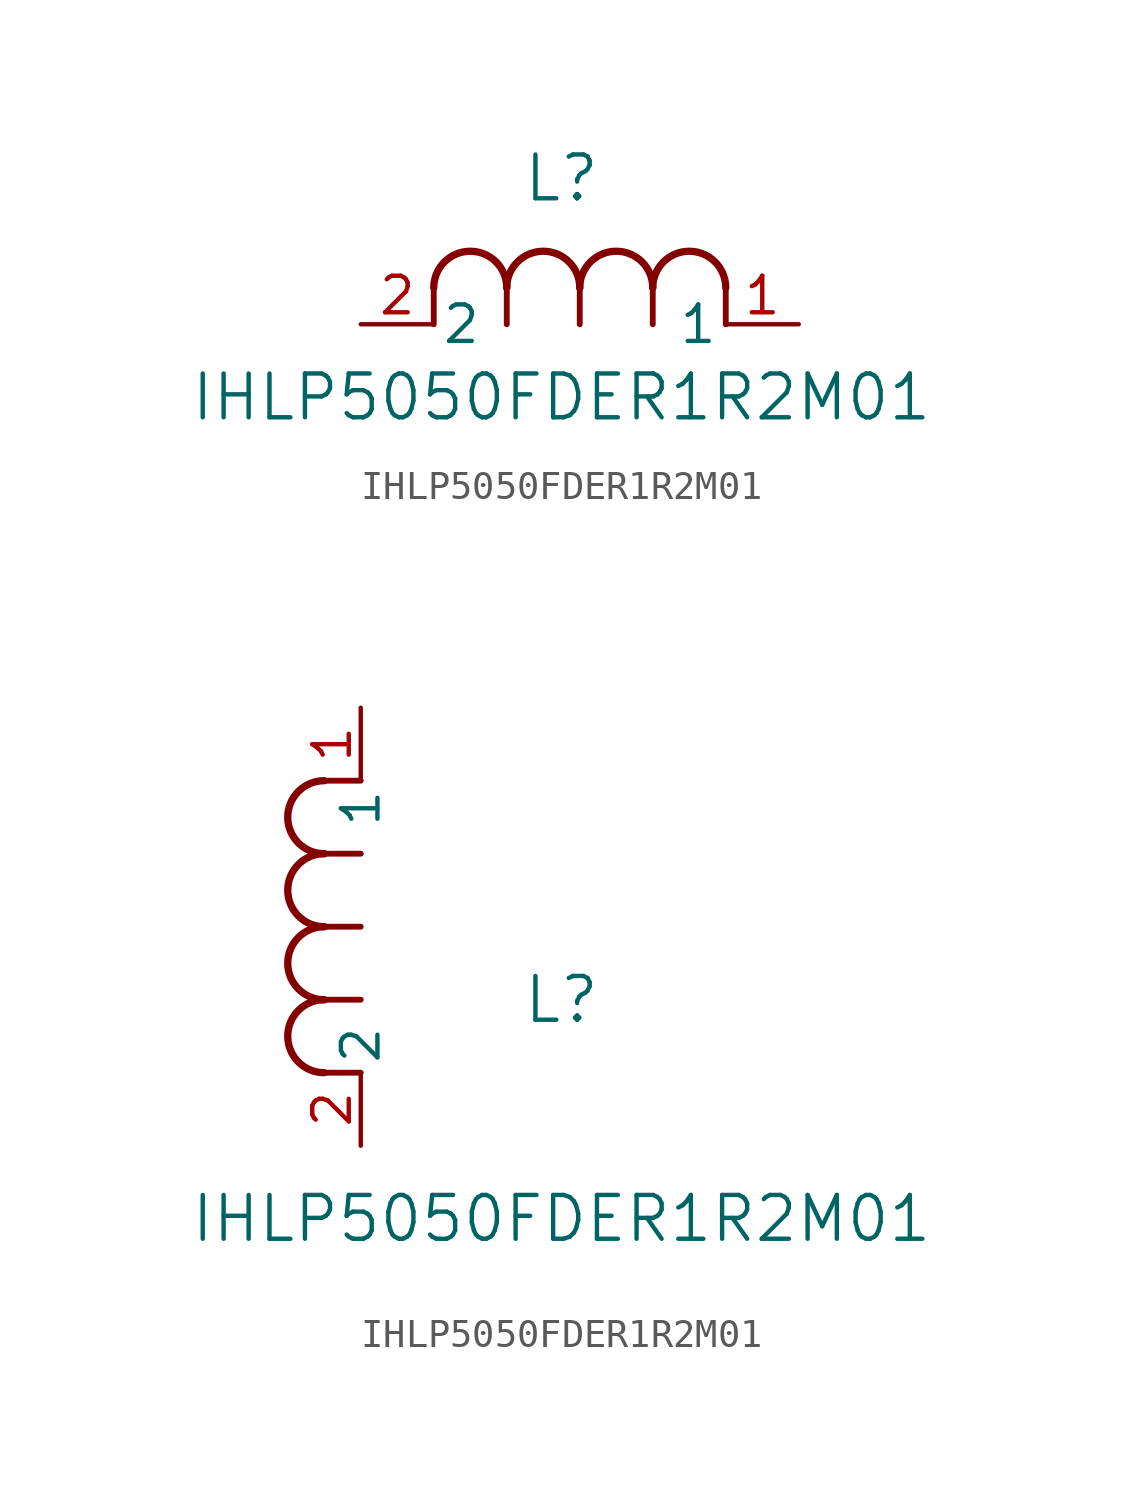
<source format=kicad_sym>
(kicad_symbol_lib
  (version 20211014)
  (generator kicad_symbol_editor)
  (symbol "IHLP5050FDER1R2M01"
    (pin_names
      (offset 0.254))
    (property "Reference" "L"
      (at 6.985 5.08 0)
      (effects (font (size 1.524 1.524))))
    (property "Value" "IHLP5050FDER1R2M01"
      (at 6.985 -2.54 0)
      (effects (font (size 1.524 1.524))))
    (symbol "IHLP5050FDER1R2M01_1_1"
      (arc (start 7.62 1.27) (mid 6.35 2.54) (end 5.08 1.27) (stroke (width 0.254) (type default) (color 0 0 0 0)) (fill (type none)))
      (polyline (pts (xy 5.08 0) (xy 5.08 1.27)) (stroke (width 0.203) (type default) (color 0 0 0 0)) (fill (type none)))
      (polyline (pts (xy 7.62 0) (xy 7.62 1.27)) (stroke (width 0.203) (type default) (color 0 0 0 0)) (fill (type none)))
      (polyline (pts (xy 12.7 0) (xy 12.7 1.27)) (stroke (width 0.203) (type default) (color 0 0 0 0)) (fill (type none)))
      (arc (start 5.08 1.27) (mid 3.81 2.54) (end 2.54 1.27) (stroke (width 0.254) (type default) (color 0 0 0 0)) (fill (type none)))
      (arc (start 10.16 1.27) (mid 8.89 2.54) (end 7.62 1.27) (stroke (width 0.254) (type default) (color 0 0 0 0)) (fill (type none)))
      (arc (start 12.7 1.27) (mid 11.43 2.54) (end 10.16 1.27) (stroke (width 0.254) (type default) (color 0 0 0 0)) (fill (type none)))
      (polyline (pts (xy 2.54 0) (xy 2.54 1.27)) (stroke (width 0.203) (type default) (color 0 0 0 0)) (fill (type none)))
      (polyline (pts (xy 10.16 0) (xy 10.16 1.27)) (stroke (width 0.203) (type default) (color 0 0 0 0)) (fill (type none)))
      (pin unspecified line (at 0 0 0) (length 2.54) (name "2" (effects (font (size 1.27 1.27)))) (number "2" (effects (font (size 1.27 1.27)))))
      (pin unspecified line (at 15.24 0 180) (length 2.54) (name "1" (effects (font (size 1.27 1.27)))) (number "1" (effects (font (size 1.27 1.27))))))
    (symbol "IHLP5050FDER1R2M01_1_2"
      (arc (start -1.27 7.62) (mid -2.54 6.35) (end -1.27 5.08) (stroke (width 0.254) (type default) (color 0 0 0 0)) (fill (type none)))
      (arc (start -1.27 5.08) (mid -2.54 3.81) (end -1.27 2.54) (stroke (width 0.254) (type default) (color 0 0 0 0)) (fill (type none)))
      (arc (start -1.27 12.7) (mid -2.54 11.43) (end -1.27 10.16) (stroke (width 0.254) (type default) (color 0 0 0 0)) (fill (type none)))
      (arc (start -1.27 10.16) (mid -2.54 8.89) (end -1.27 7.62) (stroke (width 0.254) (type default) (color 0 0 0 0)) (fill (type none)))
      (polyline (pts (xy 0 7.62) (xy -1.27 7.62)) (stroke (width 0.203) (type default) (color 0 0 0 0)) (fill (type none)))
      (polyline (pts (xy 0 5.08) (xy -1.27 5.08)) (stroke (width 0.203) (type default) (color 0 0 0 0)) (fill (type none)))
      (polyline (pts (xy 0 12.7) (xy -1.27 12.7)) (stroke (width 0.203) (type default) (color 0 0 0 0)) (fill (type none)))
      (polyline (pts (xy 0 2.54) (xy -1.27 2.54)) (stroke (width 0.203) (type default) (color 0 0 0 0)) (fill (type none)))
      (polyline (pts (xy 0 10.16) (xy -1.27 10.16)) (stroke (width 0.203) (type default) (color 0 0 0 0)) (fill (type none)))
      (pin unspecified line (at 0 0 90) (length 2.54) (name "2" (effects (font (size 1.27 1.27)))) (number "2" (effects (font (size 1.27 1.27)))))
      (pin unspecified line (at 0 15.24 270) (length 2.54) (name "1" (effects (font (size 1.27 1.27)))) (number "1" (effects (font (size 1.27 1.27))))))))
</source>
